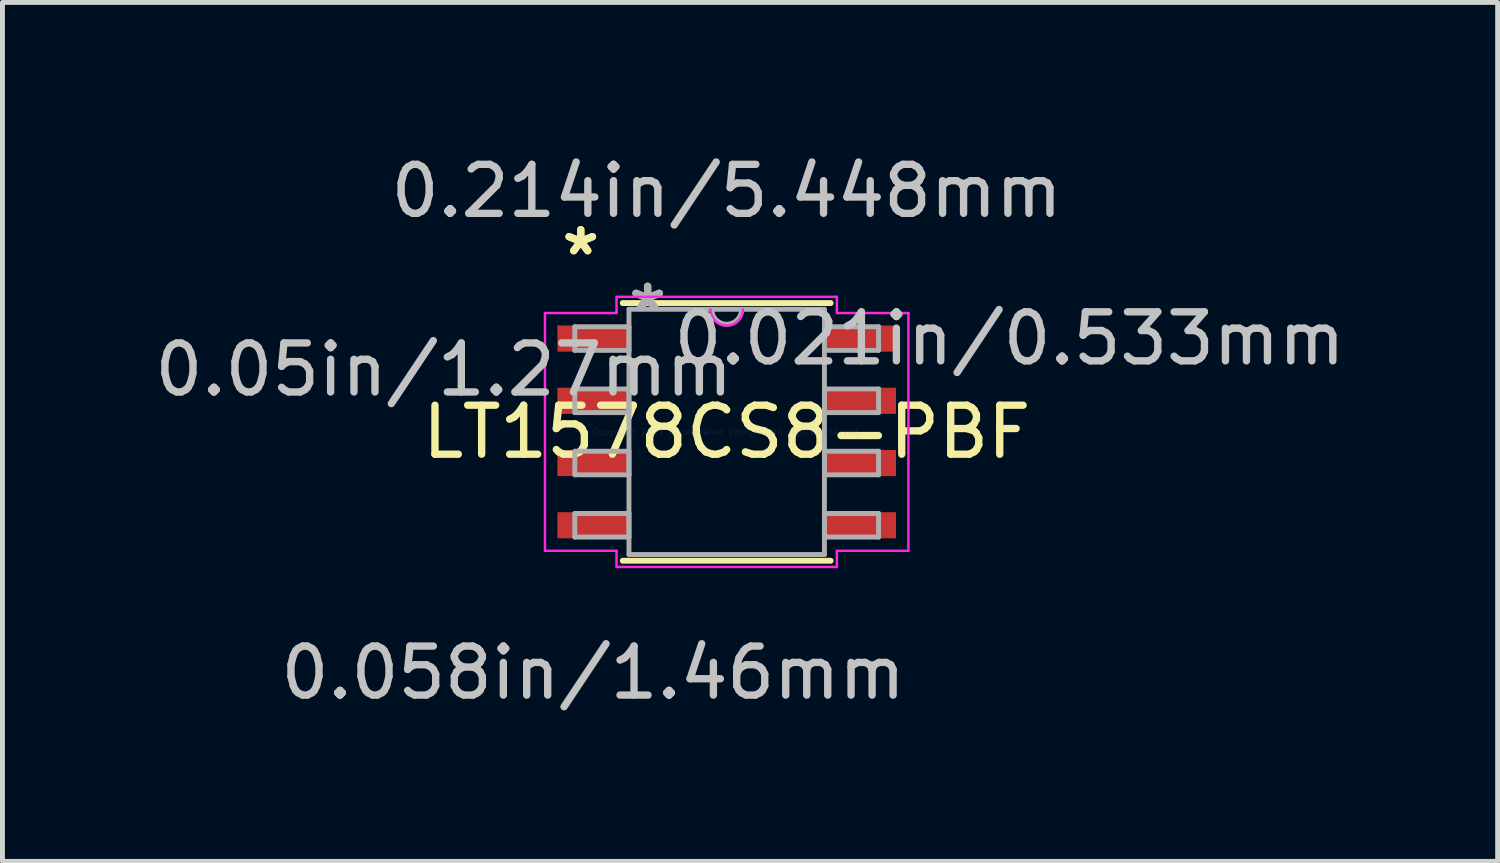
<source format=kicad_pcb>
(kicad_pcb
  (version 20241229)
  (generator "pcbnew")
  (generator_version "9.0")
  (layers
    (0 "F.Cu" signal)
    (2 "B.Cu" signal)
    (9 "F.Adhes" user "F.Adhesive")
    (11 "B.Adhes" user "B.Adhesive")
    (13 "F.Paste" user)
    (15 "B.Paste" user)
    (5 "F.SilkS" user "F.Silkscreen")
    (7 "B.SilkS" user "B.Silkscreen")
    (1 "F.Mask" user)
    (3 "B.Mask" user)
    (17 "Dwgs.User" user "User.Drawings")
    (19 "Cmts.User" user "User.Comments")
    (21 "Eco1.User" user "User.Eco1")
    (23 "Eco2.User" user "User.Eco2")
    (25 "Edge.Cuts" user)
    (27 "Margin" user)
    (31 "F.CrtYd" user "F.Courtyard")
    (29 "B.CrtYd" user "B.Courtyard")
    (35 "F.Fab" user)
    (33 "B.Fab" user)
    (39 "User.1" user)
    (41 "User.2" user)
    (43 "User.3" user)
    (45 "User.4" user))
  (footprint "LT1578CS8-PBF"
    (layer "F.Cu")
    (at 11.778 5.763)
    (property "Reference" "LT1578CS8-PBF" (at 0 0 0) (layer "F.SilkS") (effects (font (size 1 1) (thickness 0.15))))
    (attr through_hole)
    (fp_line (start -2.121 2.629) (end 2.121 2.629) (stroke (width 0.12) (type solid)) (layer "F.SilkS"))
    (fp_line (start 2.121 -2.629) (end -2.121 -2.629) (stroke (width 0.12) (type solid)) (layer "F.SilkS"))
    (fp_line (start -3.708 -2.426) (end -2.248 -2.426) (stroke (width 0.05) (type solid)) (layer "F.CrtYd"))
    (fp_line (start -3.708 2.426) (end -3.708 -2.426) (stroke (width 0.05) (type solid)) (layer "F.CrtYd"))
    (fp_line (start -2.248 -2.756) (end 2.248 -2.756) (stroke (width 0.05) (type solid)) (layer "F.CrtYd"))
    (fp_line (start -2.248 -2.426) (end -2.248 -2.756) (stroke (width 0.05) (type solid)) (layer "F.CrtYd"))
    (fp_line (start -2.248 2.426) (end -3.708 2.426) (stroke (width 0.05) (type solid)) (layer "F.CrtYd"))
    (fp_line (start -2.248 2.756) (end -2.248 2.426) (stroke (width 0.05) (type solid)) (layer "F.CrtYd"))
    (fp_line (start 2.248 -2.756) (end 2.248 -2.426) (stroke (width 0.05) (type solid)) (layer "F.CrtYd"))
    (fp_line (start 2.248 -2.426) (end 3.708 -2.426) (stroke (width 0.05) (type solid)) (layer "F.CrtYd"))
    (fp_line (start 2.248 2.426) (end 2.248 2.756) (stroke (width 0.05) (type solid)) (layer "F.CrtYd"))
    (fp_line (start 2.248 2.756) (end -2.248 2.756) (stroke (width 0.05) (type solid)) (layer "F.CrtYd"))
    (fp_line (start 3.708 -2.426) (end 3.708 2.426) (stroke (width 0.05) (type solid)) (layer "F.CrtYd"))
    (fp_line (start 3.708 2.426) (end 2.248 2.426) (stroke (width 0.05) (type solid)) (layer "F.CrtYd"))
    (fp_arc (start 0.332317 -2.5019) (mid 0 -2.169583) (end -0.332317 -2.5019) (stroke (width 0.05) (type solid)) (layer "F.CrtYd"))
    (fp_line (start -3.099 -2.146) (end -3.099 -1.664) (stroke (width 0.1) (type solid)) (layer "F.Fab"))
    (fp_line (start -3.099 -1.664) (end -1.994 -1.664) (stroke (width 0.1) (type solid)) (layer "F.Fab"))
    (fp_line (start -3.099 -0.876) (end -3.099 -0.394) (stroke (width 0.1) (type solid)) (layer "F.Fab"))
    (fp_line (start -3.099 -0.394) (end -1.994 -0.394) (stroke (width 0.1) (type solid)) (layer "F.Fab"))
    (fp_line (start -3.099 0.394) (end -3.099 0.876) (stroke (width 0.1) (type solid)) (layer "F.Fab"))
    (fp_line (start -3.099 0.876) (end -1.994 0.876) (stroke (width 0.1) (type solid)) (layer "F.Fab"))
    (fp_line (start -3.099 1.664) (end -3.099 2.146) (stroke (width 0.1) (type solid)) (layer "F.Fab"))
    (fp_line (start -3.099 2.146) (end -1.994 2.146) (stroke (width 0.1) (type solid)) (layer "F.Fab"))
    (fp_line (start -1.994 -2.502) (end -1.994 2.502) (stroke (width 0.1) (type solid)) (layer "F.Fab"))
    (fp_line (start -1.994 -2.146) (end -3.099 -2.146) (stroke (width 0.1) (type solid)) (layer "F.Fab"))
    (fp_line (start -1.994 -1.664) (end -1.994 -2.146) (stroke (width 0.1) (type solid)) (layer "F.Fab"))
    (fp_line (start -1.994 -0.876) (end -3.099 -0.876) (stroke (width 0.1) (type solid)) (layer "F.Fab"))
    (fp_line (start -1.994 -0.394) (end -1.994 -0.876) (stroke (width 0.1) (type solid)) (layer "F.Fab"))
    (fp_line (start -1.994 0.394) (end -3.099 0.394) (stroke (width 0.1) (type solid)) (layer "F.Fab"))
    (fp_line (start -1.994 0.876) (end -1.994 0.394) (stroke (width 0.1) (type solid)) (layer "F.Fab"))
    (fp_line (start -1.994 1.664) (end -3.099 1.664) (stroke (width 0.1) (type solid)) (layer "F.Fab"))
    (fp_line (start -1.994 2.146) (end -1.994 1.664) (stroke (width 0.1) (type solid)) (layer "F.Fab"))
    (fp_line (start -1.994 2.502) (end 1.994 2.502) (stroke (width 0.1) (type solid)) (layer "F.Fab"))
    (fp_line (start 1.994 -2.502) (end -1.994 -2.502) (stroke (width 0.1) (type solid)) (layer "F.Fab"))
    (fp_line (start 1.994 -2.146) (end 1.994 -1.664) (stroke (width 0.1) (type solid)) (layer "F.Fab"))
    (fp_line (start 1.994 -1.664) (end 3.099 -1.664) (stroke (width 0.1) (type solid)) (layer "F.Fab"))
    (fp_line (start 1.994 -0.876) (end 1.994 -0.394) (stroke (width 0.1) (type solid)) (layer "F.Fab"))
    (fp_line (start 1.994 -0.394) (end 3.099 -0.394) (stroke (width 0.1) (type solid)) (layer "F.Fab"))
    (fp_line (start 1.994 0.394) (end 1.994 0.876) (stroke (width 0.1) (type solid)) (layer "F.Fab"))
    (fp_line (start 1.994 0.876) (end 3.099 0.876) (stroke (width 0.1) (type solid)) (layer "F.Fab"))
    (fp_line (start 1.994 1.664) (end 1.994 2.146) (stroke (width 0.1) (type solid)) (layer "F.Fab"))
    (fp_line (start 1.994 2.146) (end 3.099 2.146) (stroke (width 0.1) (type solid)) (layer "F.Fab"))
    (fp_line (start 1.994 2.502) (end 1.994 -2.502) (stroke (width 0.1) (type solid)) (layer "F.Fab"))
    (fp_line (start 3.099 -2.146) (end 1.994 -2.146) (stroke (width 0.1) (type solid)) (layer "F.Fab"))
    (fp_line (start 3.099 -1.664) (end 3.099 -2.146) (stroke (width 0.1) (type solid)) (layer "F.Fab"))
    (fp_line (start 3.099 -0.876) (end 1.994 -0.876) (stroke (width 0.1) (type solid)) (layer "F.Fab"))
    (fp_line (start 3.099 -0.394) (end 3.099 -0.876) (stroke (width 0.1) (type solid)) (layer "F.Fab"))
    (fp_line (start 3.099 0.394) (end 1.994 0.394) (stroke (width 0.1) (type solid)) (layer "F.Fab"))
    (fp_line (start 3.099 0.876) (end 3.099 0.394) (stroke (width 0.1) (type solid)) (layer "F.Fab"))
    (fp_line (start 3.099 1.664) (end 1.994 1.664) (stroke (width 0.1) (type solid)) (layer "F.Fab"))
    (fp_line (start 3.099 2.146) (end 3.099 1.664) (stroke (width 0.1) (type solid)) (layer "F.Fab"))
    (fp_arc (start 0.3048 -2.5019) (mid 0 -2.1971) (end -0.3048 -2.5019) (stroke (width 0.1) (type solid)) (layer "F.Fab"))
    (fp_text user "*" (at -2.978 -3.581 0) (layer "F.SilkS") (effects (font (size 1 1) (thickness 0.15))))
    (fp_text user "*" (at -2.978 -3.581 0) (layer "F.SilkS") (effects (font (size 1 1) (thickness 0.15))))
    (fp_text user "0.05in/1.27mm" (at -5.772 -1.27 0) (layer "Dwgs.User") (effects (font (size 1 1) (thickness 0.15))))
    (fp_text user "0.214in/5.448mm" (at 0 -4.915 0) (layer "Dwgs.User") (effects (font (size 1 1) (thickness 0.15))))
    (fp_text user "0.058in/1.46mm" (at -2.724 4.915 0) (layer "Dwgs.User") (effects (font (size 1 1) (thickness 0.15))))
    (fp_text user "0.021in/0.533mm" (at 5.772 -1.905 0) (layer "Dwgs.User") (effects (font (size 1 1) (thickness 0.15))))
    (fp_text user "Copyright 2021 Accelerated Designs. All rights reserved." (at 0 0 0) (layer "Cmts.User") (effects (font (size 0.127 0.127) (thickness 0.002))))
    (fp_text user "*" (at -1.613 -2.426 0) (layer "F.Fab") (effects (font (size 1 1) (thickness 0.15))))
    (fp_text user "*" (at -1.613 -2.426 0) (layer "F.Fab") (effects (font (size 1 1) (thickness 0.15))))
    (pad "1" smd rect (at -2.724 -1.905) (size 1.46 0.533) (layers "F.Cu" "F.Mask" "F.Paste"))
    (pad "2" smd rect (at -2.724 -0.635) (size 1.46 0.533) (layers "F.Cu" "F.Mask" "F.Paste"))
    (pad "3" smd rect (at -2.724 0.635) (size 1.46 0.533) (layers "F.Cu" "F.Mask" "F.Paste"))
    (pad "4" smd rect (at -2.724 1.905) (size 1.46 0.533) (layers "F.Cu" "F.Mask" "F.Paste"))
    (pad "5" smd rect (at 2.724 1.905) (size 1.46 0.533) (layers "F.Cu" "F.Mask" "F.Paste"))
    (pad "6" smd rect (at 2.724 0.635) (size 1.46 0.533) (layers "F.Cu" "F.Mask" "F.Paste"))
    (pad "7" smd rect (at 2.724 -0.635) (size 1.46 0.533) (layers "F.Cu" "F.Mask" "F.Paste"))
    (pad "8" smd rect (at 2.724 -1.905) (size 1.46 0.533) (layers "F.Cu" "F.Mask" "F.Paste")))
  (gr_rect
    (start -3 -3)
    (end 27.509 14.526)
    (stroke (width 0.1) (type default))
    (fill no)
    (layer "Edge.Cuts")))
</source>
